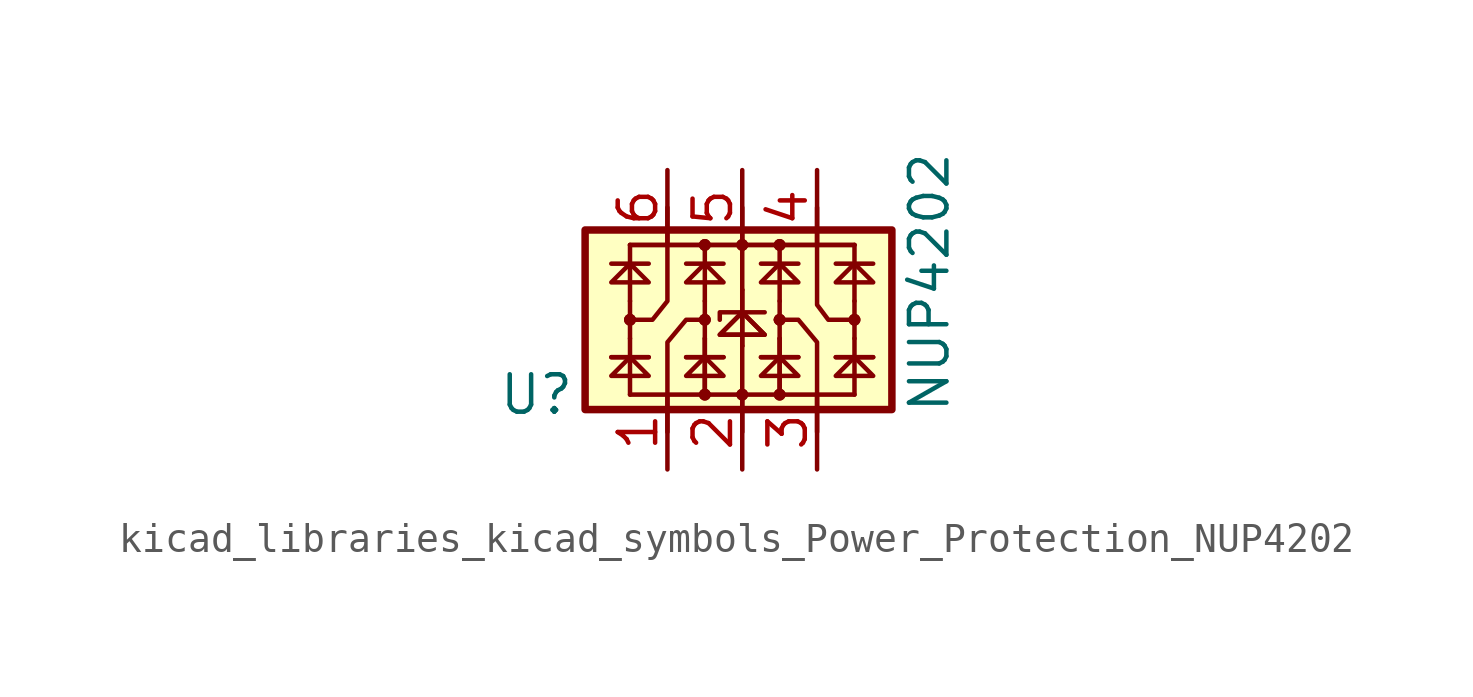
<source format=kicad_sym>
(kicad_symbol_lib
  (version 20220914)
  (generator kicad_symbol_editor)
  (symbol "kicad_libraries_kicad_symbols_Power_Protection_NUP4202"
    (property "Reference" "U"
      (at -6.985 -2.54 0)
      (effects (font (size 1.27 1.27))))
    (property "Value" "NUP4202"
      (at 6.35 1.27 90)
      (effects (font (size 1.27 1.27))))
    (symbol "kicad_libraries_kicad_symbols_Power_Protection_NUP4202_0_1"
      (rectangle (start -5.334 3.048) (end 5.08 -3.048) (stroke (width 0.254) (type default)) (fill (type background)))
      (circle (center -3.81 0) (radius 0.127) (stroke (width 0) (type default)) (fill (type none)))
      (circle (center -3.81 0) (radius 0.127) (stroke (width 0) (type default)) (fill (type none)))
      (circle (center -1.27 -2.54) (radius 0.127) (stroke (width 0) (type default)) (fill (type none)))
      (circle (center -1.27 -2.54) (radius 0.127) (stroke (width 0) (type default)) (fill (type none)))
      (circle (center -1.27 0) (radius 0.127) (stroke (width 0) (type default)) (fill (type none)))
      (circle (center -1.27 0) (radius 0.127) (stroke (width 0) (type default)) (fill (type none)))
      (circle (center -1.27 2.54) (radius 0.127) (stroke (width 0) (type default)) (fill (type none)))
      (circle (center -1.27 2.54) (radius 0.127) (stroke (width 0) (type default)) (fill (type none)))
      (circle (center 0 -2.54) (radius 0.127) (stroke (width 0) (type default)) (fill (type none)))
      (circle (center 0 -2.54) (radius 0.127) (stroke (width 0) (type default)) (fill (type none)))
      (polyline (pts (xy -4.445 -1.27) (xy -3.175 -1.27)) (stroke (width 0) (type default)) (fill (type none)))
      (polyline (pts (xy -4.445 -1.27) (xy -3.175 -1.27)) (stroke (width 0) (type default)) (fill (type none)))
      (polyline (pts (xy -4.445 1.905) (xy -3.175 1.905)) (stroke (width 0) (type default)) (fill (type none)))
      (polyline (pts (xy -3.81 -2.54) (xy -3.81 -0.635)) (stroke (width 0) (type default)) (fill (type none)))
      (polyline (pts (xy -3.81 -2.54) (xy 3.81 -2.54)) (stroke (width 0) (type default)) (fill (type none)))
      (polyline (pts (xy -3.81 -0.635) (xy -3.81 0.635)) (stroke (width 0) (type default)) (fill (type none)))
      (polyline (pts (xy -3.81 0.635) (xy -3.81 2.54)) (stroke (width 0) (type default)) (fill (type none)))
      (polyline (pts (xy -3.81 2.54) (xy 3.81 2.54)) (stroke (width 0) (type default)) (fill (type none)))
      (polyline (pts (xy -3.81 2.54) (xy 3.81 2.54)) (stroke (width 0) (type default)) (fill (type none)))
      (polyline (pts (xy -1.905 -1.27) (xy -0.635 -1.27)) (stroke (width 0) (type default)) (fill (type none)))
      (polyline (pts (xy -1.905 -1.27) (xy -0.635 -1.27)) (stroke (width 0) (type default)) (fill (type none)))
      (polyline (pts (xy -1.905 1.905) (xy -0.635 1.905)) (stroke (width 0) (type default)) (fill (type none)))
      (polyline (pts (xy -1.27 -2.54) (xy -1.27 -0.635)) (stroke (width 0) (type default)) (fill (type none)))
      (polyline (pts (xy -1.27 -2.54) (xy -1.27 -0.635)) (stroke (width 0) (type default)) (fill (type none)))
      (polyline (pts (xy -1.27 0.635) (xy -1.27 -0.635)) (stroke (width 0) (type default)) (fill (type none)))
      (polyline (pts (xy -1.27 0.635) (xy -1.27 2.54)) (stroke (width 0) (type default)) (fill (type none)))
      (polyline (pts (xy 0 -0.889) (xy 0 -3.81)) (stroke (width 0) (type default)) (fill (type none)))
      (polyline (pts (xy 0 -0.889) (xy 0 1.016)) (stroke (width 0) (type default)) (fill (type none)))
      (polyline (pts (xy 0 -0.889) (xy 0 1.016)) (stroke (width 0) (type default)) (fill (type none)))
      (polyline (pts (xy 0 1.016) (xy 0 3.81)) (stroke (width 0) (type default)) (fill (type none)))
      (polyline (pts (xy 0.635 -1.27) (xy 1.905 -1.27)) (stroke (width 0) (type default)) (fill (type none)))
      (polyline (pts (xy 0.635 -1.27) (xy 1.905 -1.27)) (stroke (width 0) (type default)) (fill (type none)))
      (polyline (pts (xy 0.635 1.905) (xy 1.905 1.905)) (stroke (width 0) (type default)) (fill (type none)))
      (polyline (pts (xy 1.27 -2.54) (xy 1.27 -0.635)) (stroke (width 0) (type default)) (fill (type none)))
      (polyline (pts (xy 1.27 -2.54) (xy 1.27 -0.635)) (stroke (width 0) (type default)) (fill (type none)))
      (polyline (pts (xy 1.27 0.635) (xy 1.27 -0.635)) (stroke (width 0) (type default)) (fill (type none)))
      (polyline (pts (xy 1.27 0.635) (xy 1.27 2.54)) (stroke (width 0) (type default)) (fill (type none)))
      (polyline (pts (xy 3.175 -1.27) (xy 4.445 -1.27)) (stroke (width 0) (type default)) (fill (type none)))
      (polyline (pts (xy 3.175 -1.27) (xy 4.445 -1.27)) (stroke (width 0) (type default)) (fill (type none)))
      (polyline (pts (xy 3.175 1.905) (xy 4.445 1.905)) (stroke (width 0) (type default)) (fill (type none)))
      (polyline (pts (xy 3.81 -2.54) (xy 3.81 -0.635)) (stroke (width 0) (type default)) (fill (type none)))
      (polyline (pts (xy 3.81 0.635) (xy 3.81 -0.635)) (stroke (width 0) (type default)) (fill (type none)))
      (polyline (pts (xy 3.81 0.635) (xy 3.81 2.54)) (stroke (width 0) (type default)) (fill (type none)))
      (polyline (pts (xy 0.762 0.254) (xy -0.762 0.254) (xy -0.762 0)) (stroke (width 0) (type default)) (fill (type none)))
      (polyline (pts (xy -4.445 -1.905) (xy -3.175 -1.905) (xy -3.81 -1.27) (xy -4.445 -1.905)) (stroke (width 0) (type default)) (fill (type none)))
      (polyline (pts (xy -4.445 1.27) (xy -3.175 1.27) (xy -3.81 1.905) (xy -4.445 1.27)) (stroke (width 0) (type default)) (fill (type none)))
      (polyline (pts (xy -2.54 -3.81) (xy -2.54 -0.762) (xy -1.905 0) (xy -1.27 0)) (stroke (width 0) (type default)) (fill (type none)))
      (polyline (pts (xy -2.54 3.81) (xy -2.54 0.635) (xy -3.048 0) (xy -3.937 0)) (stroke (width 0) (type default)) (fill (type none)))
      (polyline (pts (xy -1.905 -1.905) (xy -0.635 -1.905) (xy -1.27 -1.27) (xy -1.905 -1.905)) (stroke (width 0) (type default)) (fill (type none)))
      (polyline (pts (xy -1.905 1.27) (xy -0.635 1.27) (xy -1.27 1.905) (xy -1.905 1.27)) (stroke (width 0) (type default)) (fill (type none)))
      (polyline (pts (xy -0.762 -0.508) (xy 0.762 -0.508) (xy 0 0.254) (xy -0.762 -0.508)) (stroke (width 0) (type default)) (fill (type none)))
      (polyline (pts (xy -0.762 -0.508) (xy 0.762 -0.508) (xy 0 0.254) (xy -0.762 -0.508)) (stroke (width 0) (type default)) (fill (type none)))
      (polyline (pts (xy 0.635 -1.905) (xy 1.905 -1.905) (xy 1.27 -1.27) (xy 0.635 -1.905)) (stroke (width 0) (type default)) (fill (type none)))
      (polyline (pts (xy 0.635 1.27) (xy 1.905 1.27) (xy 1.27 1.905) (xy 0.635 1.27)) (stroke (width 0) (type default)) (fill (type none)))
      (polyline (pts (xy 2.54 -3.81) (xy 2.54 -0.762) (xy 1.905 0) (xy 1.143 0)) (stroke (width 0) (type default)) (fill (type none)))
      (polyline (pts (xy 2.54 3.81) (xy 2.54 0.508) (xy 2.921 0) (xy 3.81 0)) (stroke (width 0) (type default)) (fill (type none)))
      (polyline (pts (xy 3.175 -1.905) (xy 4.445 -1.905) (xy 3.81 -1.27) (xy 3.175 -1.905)) (stroke (width 0) (type default)) (fill (type none)))
      (polyline (pts (xy 3.175 1.27) (xy 4.445 1.27) (xy 3.81 1.905) (xy 3.175 1.27)) (stroke (width 0) (type default)) (fill (type none)))
      (circle (center 0 2.54) (radius 0.127) (stroke (width 0) (type default)) (fill (type none)))
      (circle (center 0 2.54) (radius 0.127) (stroke (width 0) (type default)) (fill (type none)))
      (circle (center 1.27 -2.54) (radius 0.127) (stroke (width 0) (type default)) (fill (type none)))
      (circle (center 1.27 -2.54) (radius 0.127) (stroke (width 0) (type default)) (fill (type none)))
      (circle (center 1.27 0) (radius 0.127) (stroke (width 0) (type default)) (fill (type none)))
      (circle (center 1.27 0) (radius 0.127) (stroke (width 0) (type default)) (fill (type none)))
      (circle (center 1.27 2.54) (radius 0.127) (stroke (width 0) (type default)) (fill (type none)))
      (circle (center 1.27 2.54) (radius 0.127) (stroke (width 0) (type default)) (fill (type none)))
      (circle (center 3.81 0) (radius 0.127) (stroke (width 0) (type default)) (fill (type none)))
      (circle (center 3.81 0) (radius 0.127) (stroke (width 0) (type default)) (fill (type none))))
    (symbol "kicad_libraries_kicad_symbols_Power_Protection_NUP4202_1_1"
      (pin passive line (at -2.54 -5.08 90) (length 2.54) (name "~" (effects (font (size 1.27 1.27)))) (number "1" (effects (font (size 1.27 1.27)))))
      (pin passive line (at 0 -5.08 90) (length 2.54) (name "~" (effects (font (size 1.27 1.27)))) (number "2" (effects (font (size 1.27 1.27)))))
      (pin passive line (at 2.54 -5.08 90) (length 2.54) (name "~" (effects (font (size 1.27 1.27)))) (number "3" (effects (font (size 1.27 1.27)))))
      (pin passive line (at 2.54 5.08 270) (length 2.54) (name "~" (effects (font (size 1.27 1.27)))) (number "4" (effects (font (size 1.27 1.27)))))
      (pin passive line (at 0 5.08 270) (length 2.54) (name "~" (effects (font (size 1.27 1.27)))) (number "5" (effects (font (size 1.27 1.27)))))
      (pin passive line (at -2.54 5.08 270) (length 2.54) (name "~" (effects (font (size 1.27 1.27)))) (number "6" (effects (font (size 1.27 1.27))))))))
</source>
